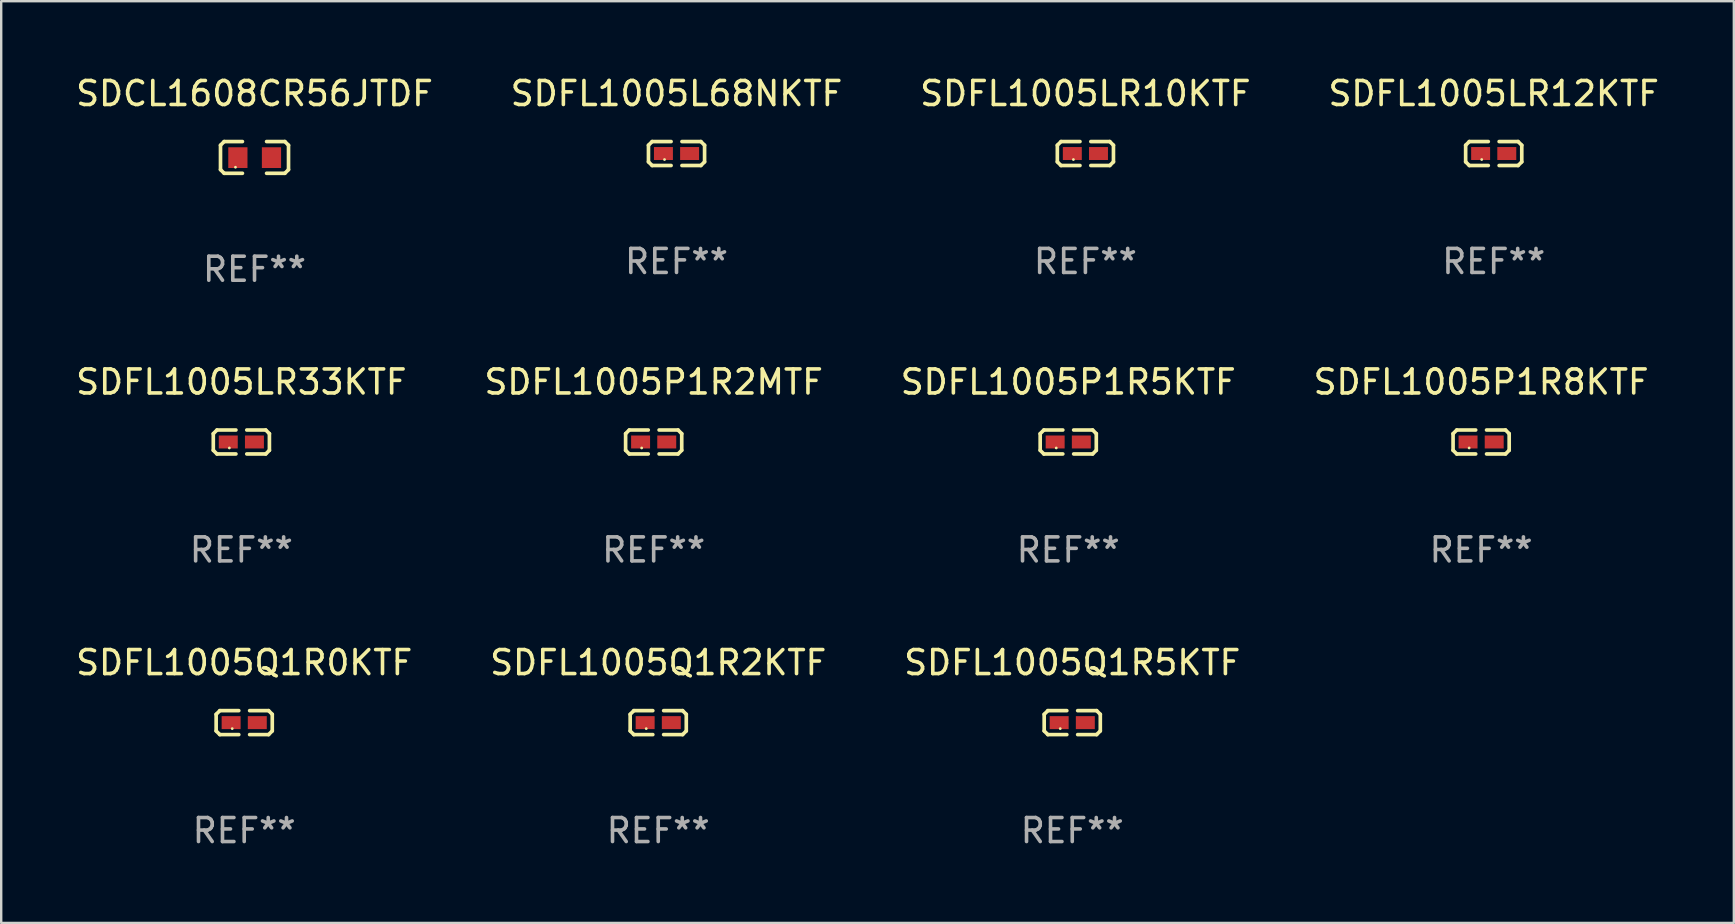
<source format=kicad_pcb>
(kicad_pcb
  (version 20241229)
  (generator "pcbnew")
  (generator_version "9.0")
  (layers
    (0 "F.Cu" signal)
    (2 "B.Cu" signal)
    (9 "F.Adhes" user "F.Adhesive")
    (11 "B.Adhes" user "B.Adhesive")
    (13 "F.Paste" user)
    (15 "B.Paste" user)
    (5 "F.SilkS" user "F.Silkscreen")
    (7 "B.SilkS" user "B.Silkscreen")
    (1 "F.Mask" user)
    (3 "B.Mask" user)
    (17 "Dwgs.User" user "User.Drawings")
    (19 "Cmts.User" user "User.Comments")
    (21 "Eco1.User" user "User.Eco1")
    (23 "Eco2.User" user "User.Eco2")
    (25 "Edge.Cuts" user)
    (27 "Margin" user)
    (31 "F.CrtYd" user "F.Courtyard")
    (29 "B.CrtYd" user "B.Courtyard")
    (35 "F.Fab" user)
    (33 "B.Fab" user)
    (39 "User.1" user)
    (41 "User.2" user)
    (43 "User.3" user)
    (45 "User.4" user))
  (footprint "SDCL1608CR56JTDF"
    (layer "F.Cu")
    (at 7.554 3.509)
    (property "Reference" "SDCL1608CR56JTDF" (at 0 -2.661 0) (layer "F.SilkS") (effects (font (size 1 1) (thickness 0.15))))
    (attr through_hole)
    (fp_line (start -1.417 -0.508) (end -1.265 -0.661) (stroke (width 0.152) (type solid)) (layer "F.SilkS"))
    (fp_line (start -1.417 0.508) (end -1.417 -0.508) (stroke (width 0.152) (type solid)) (layer "F.SilkS"))
    (fp_line (start -1.265 -0.661) (end -0.503 -0.661) (stroke (width 0.152) (type solid)) (layer "F.SilkS"))
    (fp_line (start -1.265 0.661) (end -1.417 0.508) (stroke (width 0.152) (type solid)) (layer "F.SilkS"))
    (fp_line (start -1.265 0.661) (end -0.503 0.661) (stroke (width 0.152) (type solid)) (layer "F.SilkS"))
    (fp_line (start 1.265 -0.661) (end 0.503 -0.661) (stroke (width 0.152) (type solid)) (layer "F.SilkS"))
    (fp_line (start 1.265 -0.661) (end 1.417 -0.508) (stroke (width 0.152) (type solid)) (layer "F.SilkS"))
    (fp_line (start 1.265 0.661) (end 0.503 0.661) (stroke (width 0.152) (type solid)) (layer "F.SilkS"))
    (fp_line (start 1.417 -0.508) (end 1.417 0.508) (stroke (width 0.152) (type solid)) (layer "F.SilkS"))
    (fp_line (start 1.417 0.508) (end 1.265 0.661) (stroke (width 0.152) (type solid)) (layer "F.SilkS"))
    (fp_circle (center -0.793 0.409) (end -0.763 0.409) (stroke (width 0.06) (type solid)) (fill no) (layer "F.SilkS"))
    (fp_text user "REF**" (at 0 4.661 0) (layer "F.Fab") (effects (font (size 1 1) (thickness 0.15))))
    (pad "1" smd rect (at -0.693 0.009 180) (size 0.8 0.864) (layers "F.Cu" "F.Mask" "F.Paste"))
    (pad "2" smd rect (at 0.707 0.009 180) (size 0.8 0.864) (layers "F.Cu" "F.Mask" "F.Paste")))
  (footprint "SDFL1005Q1R0KTF"
    (layer "F.Cu")
    (at 7.125 27.058)
    (property "Reference" "SDFL1005Q1R0KTF" (at 0 -2.499 0) (layer "F.SilkS") (effects (font (size 1 1) (thickness 0.15))))
    (attr through_hole)
    (fp_line (start -1.169 -0.346) (end -1.016 -0.499) (stroke (width 0.152) (type solid)) (layer "F.SilkS"))
    (fp_line (start -1.169 0.346) (end -1.169 -0.346) (stroke (width 0.152) (type solid)) (layer "F.SilkS"))
    (fp_line (start -1.016 -0.499) (end -0.226 -0.499) (stroke (width 0.152) (type solid)) (layer "F.SilkS"))
    (fp_line (start -1.016 0.499) (end -1.169 0.346) (stroke (width 0.152) (type solid)) (layer "F.SilkS"))
    (fp_line (start -0.226 0.499) (end -1.016 0.499) (stroke (width 0.152) (type solid)) (layer "F.SilkS"))
    (fp_line (start 0.226 0.499) (end 1.016 0.499) (stroke (width 0.152) (type solid)) (layer "F.SilkS"))
    (fp_line (start 1.016 -0.499) (end 0.226 -0.499) (stroke (width 0.152) (type solid)) (layer "F.SilkS"))
    (fp_line (start 1.016 0.499) (end 1.169 0.346) (stroke (width 0.152) (type solid)) (layer "F.SilkS"))
    (fp_line (start 1.169 -0.346) (end 1.016 -0.499) (stroke (width 0.152) (type solid)) (layer "F.SilkS"))
    (fp_line (start 1.169 0.346) (end 1.169 -0.346) (stroke (width 0.152) (type solid)) (layer "F.SilkS"))
    (fp_circle (center -0.5 0.25) (end -0.47 0.25) (stroke (width 0.06) (type solid)) (fill no) (layer "F.SilkS"))
    (fp_text user "REF**" (at 0 4.499 0) (layer "F.Fab") (effects (font (size 1 1) (thickness 0.15))))
    (pad "1" smd rect (at -0.545 0) (size 0.79 0.54) (layers "F.Cu" "F.Mask" "F.Paste"))
    (pad "2" smd rect (at 0.545 0) (size 0.79 0.54) (layers "F.Cu" "F.Mask" "F.Paste")))
  (footprint "SDFL1005Q1R2KTF"
    (layer "F.Cu")
    (at 24.375 27.058)
    (property "Reference" "SDFL1005Q1R2KTF" (at 0 -2.499 0) (layer "F.SilkS") (effects (font (size 1 1) (thickness 0.15))))
    (attr through_hole)
    (fp_line (start -1.169 -0.346) (end -1.016 -0.499) (stroke (width 0.152) (type solid)) (layer "F.SilkS"))
    (fp_line (start -1.169 0.346) (end -1.169 -0.346) (stroke (width 0.152) (type solid)) (layer "F.SilkS"))
    (fp_line (start -1.016 -0.499) (end -0.226 -0.499) (stroke (width 0.152) (type solid)) (layer "F.SilkS"))
    (fp_line (start -1.016 0.499) (end -1.169 0.346) (stroke (width 0.152) (type solid)) (layer "F.SilkS"))
    (fp_line (start -0.226 0.499) (end -1.016 0.499) (stroke (width 0.152) (type solid)) (layer "F.SilkS"))
    (fp_line (start 0.226 0.499) (end 1.016 0.499) (stroke (width 0.152) (type solid)) (layer "F.SilkS"))
    (fp_line (start 1.016 -0.499) (end 0.226 -0.499) (stroke (width 0.152) (type solid)) (layer "F.SilkS"))
    (fp_line (start 1.016 0.499) (end 1.169 0.346) (stroke (width 0.152) (type solid)) (layer "F.SilkS"))
    (fp_line (start 1.169 -0.346) (end 1.016 -0.499) (stroke (width 0.152) (type solid)) (layer "F.SilkS"))
    (fp_line (start 1.169 0.346) (end 1.169 -0.346) (stroke (width 0.152) (type solid)) (layer "F.SilkS"))
    (fp_circle (center -0.5 0.25) (end -0.47 0.25) (stroke (width 0.06) (type solid)) (fill no) (layer "F.SilkS"))
    (fp_text user "REF**" (at 0 4.499 0) (layer "F.Fab") (effects (font (size 1 1) (thickness 0.15))))
    (pad "1" smd rect (at -0.545 0) (size 0.79 0.54) (layers "F.Cu" "F.Mask" "F.Paste"))
    (pad "2" smd rect (at 0.545 0) (size 0.79 0.54) (layers "F.Cu" "F.Mask" "F.Paste")))
  (footprint "SDFL1005P1R2MTF"
    (layer "F.Cu")
    (at 24.185 15.365)
    (property "Reference" "SDFL1005P1R2MTF" (at 0 -2.499 0) (layer "F.SilkS") (effects (font (size 1 1) (thickness 0.15))))
    (attr through_hole)
    (fp_line (start -1.169 -0.346) (end -1.016 -0.499) (stroke (width 0.152) (type solid)) (layer "F.SilkS"))
    (fp_line (start -1.169 0.346) (end -1.169 -0.346) (stroke (width 0.152) (type solid)) (layer "F.SilkS"))
    (fp_line (start -1.016 -0.499) (end -0.226 -0.499) (stroke (width 0.152) (type solid)) (layer "F.SilkS"))
    (fp_line (start -1.016 0.499) (end -1.169 0.346) (stroke (width 0.152) (type solid)) (layer "F.SilkS"))
    (fp_line (start -0.226 0.499) (end -1.016 0.499) (stroke (width 0.152) (type solid)) (layer "F.SilkS"))
    (fp_line (start 0.226 0.499) (end 1.016 0.499) (stroke (width 0.152) (type solid)) (layer "F.SilkS"))
    (fp_line (start 1.016 -0.499) (end 0.226 -0.499) (stroke (width 0.152) (type solid)) (layer "F.SilkS"))
    (fp_line (start 1.016 0.499) (end 1.169 0.346) (stroke (width 0.152) (type solid)) (layer "F.SilkS"))
    (fp_line (start 1.169 -0.346) (end 1.016 -0.499) (stroke (width 0.152) (type solid)) (layer "F.SilkS"))
    (fp_line (start 1.169 0.346) (end 1.169 -0.346) (stroke (width 0.152) (type solid)) (layer "F.SilkS"))
    (fp_circle (center -0.5 0.25) (end -0.47 0.25) (stroke (width 0.06) (type solid)) (fill no) (layer "F.SilkS"))
    (fp_text user "REF**" (at 0 4.499 0) (layer "F.Fab") (effects (font (size 1 1) (thickness 0.15))))
    (pad "1" smd rect (at -0.545 0) (size 0.79 0.54) (layers "F.Cu" "F.Mask" "F.Paste"))
    (pad "2" smd rect (at 0.545 0) (size 0.79 0.54) (layers "F.Cu" "F.Mask" "F.Paste")))
  (footprint "SDFL1005LR12KTF"
    (layer "F.Cu")
    (at 59.185 3.347)
    (property "Reference" "SDFL1005LR12KTF" (at 0 -2.499 0) (layer "F.SilkS") (effects (font (size 1 1) (thickness 0.15))))
    (attr through_hole)
    (fp_line (start -1.169 -0.346) (end -1.016 -0.499) (stroke (width 0.152) (type solid)) (layer "F.SilkS"))
    (fp_line (start -1.169 0.346) (end -1.169 -0.346) (stroke (width 0.152) (type solid)) (layer "F.SilkS"))
    (fp_line (start -1.016 -0.499) (end -0.226 -0.499) (stroke (width 0.152) (type solid)) (layer "F.SilkS"))
    (fp_line (start -1.016 0.499) (end -1.169 0.346) (stroke (width 0.152) (type solid)) (layer "F.SilkS"))
    (fp_line (start -0.226 0.499) (end -1.016 0.499) (stroke (width 0.152) (type solid)) (layer "F.SilkS"))
    (fp_line (start 0.226 0.499) (end 1.016 0.499) (stroke (width 0.152) (type solid)) (layer "F.SilkS"))
    (fp_line (start 1.016 -0.499) (end 0.226 -0.499) (stroke (width 0.152) (type solid)) (layer "F.SilkS"))
    (fp_line (start 1.016 0.499) (end 1.169 0.346) (stroke (width 0.152) (type solid)) (layer "F.SilkS"))
    (fp_line (start 1.169 -0.346) (end 1.016 -0.499) (stroke (width 0.152) (type solid)) (layer "F.SilkS"))
    (fp_line (start 1.169 0.346) (end 1.169 -0.346) (stroke (width 0.152) (type solid)) (layer "F.SilkS"))
    (fp_circle (center -0.5 0.25) (end -0.47 0.25) (stroke (width 0.06) (type solid)) (fill no) (layer "F.SilkS"))
    (fp_text user "REF**" (at 0 4.499 0) (layer "F.Fab") (effects (font (size 1 1) (thickness 0.15))))
    (pad "1" smd rect (at -0.545 0) (size 0.79 0.54) (layers "F.Cu" "F.Mask" "F.Paste"))
    (pad "2" smd rect (at 0.545 0) (size 0.79 0.54) (layers "F.Cu" "F.Mask" "F.Paste")))
  (footprint "SDFL1005Q1R5KTF"
    (layer "F.Cu")
    (at 41.625 27.058)
    (property "Reference" "SDFL1005Q1R5KTF" (at 0 -2.499 0) (layer "F.SilkS") (effects (font (size 1 1) (thickness 0.15))))
    (attr through_hole)
    (fp_line (start -1.169 -0.346) (end -1.016 -0.499) (stroke (width 0.152) (type solid)) (layer "F.SilkS"))
    (fp_line (start -1.169 0.346) (end -1.169 -0.346) (stroke (width 0.152) (type solid)) (layer "F.SilkS"))
    (fp_line (start -1.016 -0.499) (end -0.226 -0.499) (stroke (width 0.152) (type solid)) (layer "F.SilkS"))
    (fp_line (start -1.016 0.499) (end -1.169 0.346) (stroke (width 0.152) (type solid)) (layer "F.SilkS"))
    (fp_line (start -0.226 0.499) (end -1.016 0.499) (stroke (width 0.152) (type solid)) (layer "F.SilkS"))
    (fp_line (start 0.226 0.499) (end 1.016 0.499) (stroke (width 0.152) (type solid)) (layer "F.SilkS"))
    (fp_line (start 1.016 -0.499) (end 0.226 -0.499) (stroke (width 0.152) (type solid)) (layer "F.SilkS"))
    (fp_line (start 1.016 0.499) (end 1.169 0.346) (stroke (width 0.152) (type solid)) (layer "F.SilkS"))
    (fp_line (start 1.169 -0.346) (end 1.016 -0.499) (stroke (width 0.152) (type solid)) (layer "F.SilkS"))
    (fp_line (start 1.169 0.346) (end 1.169 -0.346) (stroke (width 0.152) (type solid)) (layer "F.SilkS"))
    (fp_circle (center -0.5 0.25) (end -0.47 0.25) (stroke (width 0.06) (type solid)) (fill no) (layer "F.SilkS"))
    (fp_text user "REF**" (at 0 4.499 0) (layer "F.Fab") (effects (font (size 1 1) (thickness 0.15))))
    (pad "1" smd rect (at -0.545 0) (size 0.79 0.54) (layers "F.Cu" "F.Mask" "F.Paste"))
    (pad "2" smd rect (at 0.545 0) (size 0.79 0.54) (layers "F.Cu" "F.Mask" "F.Paste")))
  (footprint "SDFL1005L68NKTF"
    (layer "F.Cu")
    (at 25.137 3.347)
    (property "Reference" "SDFL1005L68NKTF" (at 0 -2.499 0) (layer "F.SilkS") (effects (font (size 1 1) (thickness 0.15))))
    (attr through_hole)
    (fp_line (start -1.169 -0.346) (end -1.016 -0.499) (stroke (width 0.152) (type solid)) (layer "F.SilkS"))
    (fp_line (start -1.169 0.346) (end -1.169 -0.346) (stroke (width 0.152) (type solid)) (layer "F.SilkS"))
    (fp_line (start -1.016 -0.499) (end -0.226 -0.499) (stroke (width 0.152) (type solid)) (layer "F.SilkS"))
    (fp_line (start -1.016 0.499) (end -1.169 0.346) (stroke (width 0.152) (type solid)) (layer "F.SilkS"))
    (fp_line (start -0.226 0.499) (end -1.016 0.499) (stroke (width 0.152) (type solid)) (layer "F.SilkS"))
    (fp_line (start 0.226 0.499) (end 1.016 0.499) (stroke (width 0.152) (type solid)) (layer "F.SilkS"))
    (fp_line (start 1.016 -0.499) (end 0.226 -0.499) (stroke (width 0.152) (type solid)) (layer "F.SilkS"))
    (fp_line (start 1.016 0.499) (end 1.169 0.346) (stroke (width 0.152) (type solid)) (layer "F.SilkS"))
    (fp_line (start 1.169 -0.346) (end 1.016 -0.499) (stroke (width 0.152) (type solid)) (layer "F.SilkS"))
    (fp_line (start 1.169 0.346) (end 1.169 -0.346) (stroke (width 0.152) (type solid)) (layer "F.SilkS"))
    (fp_circle (center -0.5 0.25) (end -0.47 0.25) (stroke (width 0.06) (type solid)) (fill no) (layer "F.SilkS"))
    (fp_text user "REF**" (at 0 4.499 0) (layer "F.Fab") (effects (font (size 1 1) (thickness 0.15))))
    (pad "1" smd rect (at -0.545 0) (size 0.79 0.54) (layers "F.Cu" "F.Mask" "F.Paste"))
    (pad "2" smd rect (at 0.545 0) (size 0.79 0.54) (layers "F.Cu" "F.Mask" "F.Paste")))
  (footprint "SDFL1005LR33KTF"
    (layer "F.Cu")
    (at 7.006 15.365)
    (property "Reference" "SDFL1005LR33KTF" (at 0 -2.499 0) (layer "F.SilkS") (effects (font (size 1 1) (thickness 0.15))))
    (attr through_hole)
    (fp_line (start -1.169 -0.346) (end -1.016 -0.499) (stroke (width 0.152) (type solid)) (layer "F.SilkS"))
    (fp_line (start -1.169 0.346) (end -1.169 -0.346) (stroke (width 0.152) (type solid)) (layer "F.SilkS"))
    (fp_line (start -1.016 -0.499) (end -0.226 -0.499) (stroke (width 0.152) (type solid)) (layer "F.SilkS"))
    (fp_line (start -1.016 0.499) (end -1.169 0.346) (stroke (width 0.152) (type solid)) (layer "F.SilkS"))
    (fp_line (start -0.226 0.499) (end -1.016 0.499) (stroke (width 0.152) (type solid)) (layer "F.SilkS"))
    (fp_line (start 0.226 0.499) (end 1.016 0.499) (stroke (width 0.152) (type solid)) (layer "F.SilkS"))
    (fp_line (start 1.016 -0.499) (end 0.226 -0.499) (stroke (width 0.152) (type solid)) (layer "F.SilkS"))
    (fp_line (start 1.016 0.499) (end 1.169 0.346) (stroke (width 0.152) (type solid)) (layer "F.SilkS"))
    (fp_line (start 1.169 -0.346) (end 1.016 -0.499) (stroke (width 0.152) (type solid)) (layer "F.SilkS"))
    (fp_line (start 1.169 0.346) (end 1.169 -0.346) (stroke (width 0.152) (type solid)) (layer "F.SilkS"))
    (fp_circle (center -0.5 0.25) (end -0.47 0.25) (stroke (width 0.06) (type solid)) (fill no) (layer "F.SilkS"))
    (fp_text user "REF**" (at 0 4.499 0) (layer "F.Fab") (effects (font (size 1 1) (thickness 0.15))))
    (pad "1" smd rect (at -0.545 0) (size 0.79 0.54) (layers "F.Cu" "F.Mask" "F.Paste"))
    (pad "2" smd rect (at 0.545 0) (size 0.79 0.54) (layers "F.Cu" "F.Mask" "F.Paste")))
  (footprint "SDFL1005P1R8KTF"
    (layer "F.Cu")
    (at 58.661 15.365)
    (property "Reference" "SDFL1005P1R8KTF" (at 0 -2.499 0) (layer "F.SilkS") (effects (font (size 1 1) (thickness 0.15))))
    (attr through_hole)
    (fp_line (start -1.169 -0.346) (end -1.016 -0.499) (stroke (width 0.152) (type solid)) (layer "F.SilkS"))
    (fp_line (start -1.169 0.346) (end -1.169 -0.346) (stroke (width 0.152) (type solid)) (layer "F.SilkS"))
    (fp_line (start -1.016 -0.499) (end -0.226 -0.499) (stroke (width 0.152) (type solid)) (layer "F.SilkS"))
    (fp_line (start -1.016 0.499) (end -1.169 0.346) (stroke (width 0.152) (type solid)) (layer "F.SilkS"))
    (fp_line (start -0.226 0.499) (end -1.016 0.499) (stroke (width 0.152) (type solid)) (layer "F.SilkS"))
    (fp_line (start 0.226 0.499) (end 1.016 0.499) (stroke (width 0.152) (type solid)) (layer "F.SilkS"))
    (fp_line (start 1.016 -0.499) (end 0.226 -0.499) (stroke (width 0.152) (type solid)) (layer "F.SilkS"))
    (fp_line (start 1.016 0.499) (end 1.169 0.346) (stroke (width 0.152) (type solid)) (layer "F.SilkS"))
    (fp_line (start 1.169 -0.346) (end 1.016 -0.499) (stroke (width 0.152) (type solid)) (layer "F.SilkS"))
    (fp_line (start 1.169 0.346) (end 1.169 -0.346) (stroke (width 0.152) (type solid)) (layer "F.SilkS"))
    (fp_circle (center -0.5 0.25) (end -0.47 0.25) (stroke (width 0.06) (type solid)) (fill no) (layer "F.SilkS"))
    (fp_text user "REF**" (at 0 4.499 0) (layer "F.Fab") (effects (font (size 1 1) (thickness 0.15))))
    (pad "1" smd rect (at -0.545 0) (size 0.79 0.54) (layers "F.Cu" "F.Mask" "F.Paste"))
    (pad "2" smd rect (at 0.545 0) (size 0.79 0.54) (layers "F.Cu" "F.Mask" "F.Paste")))
  (footprint "SDFL1005P1R5KTF"
    (layer "F.Cu")
    (at 41.458 15.365)
    (property "Reference" "SDFL1005P1R5KTF" (at 0 -2.499 0) (layer "F.SilkS") (effects (font (size 1 1) (thickness 0.15))))
    (attr through_hole)
    (fp_line (start -1.169 -0.346) (end -1.016 -0.499) (stroke (width 0.152) (type solid)) (layer "F.SilkS"))
    (fp_line (start -1.169 0.346) (end -1.169 -0.346) (stroke (width 0.152) (type solid)) (layer "F.SilkS"))
    (fp_line (start -1.016 -0.499) (end -0.226 -0.499) (stroke (width 0.152) (type solid)) (layer "F.SilkS"))
    (fp_line (start -1.016 0.499) (end -1.169 0.346) (stroke (width 0.152) (type solid)) (layer "F.SilkS"))
    (fp_line (start -0.226 0.499) (end -1.016 0.499) (stroke (width 0.152) (type solid)) (layer "F.SilkS"))
    (fp_line (start 0.226 0.499) (end 1.016 0.499) (stroke (width 0.152) (type solid)) (layer "F.SilkS"))
    (fp_line (start 1.016 -0.499) (end 0.226 -0.499) (stroke (width 0.152) (type solid)) (layer "F.SilkS"))
    (fp_line (start 1.016 0.499) (end 1.169 0.346) (stroke (width 0.152) (type solid)) (layer "F.SilkS"))
    (fp_line (start 1.169 -0.346) (end 1.016 -0.499) (stroke (width 0.152) (type solid)) (layer "F.SilkS"))
    (fp_line (start 1.169 0.346) (end 1.169 -0.346) (stroke (width 0.152) (type solid)) (layer "F.SilkS"))
    (fp_circle (center -0.5 0.25) (end -0.47 0.25) (stroke (width 0.06) (type solid)) (fill no) (layer "F.SilkS"))
    (fp_text user "REF**" (at 0 4.499 0) (layer "F.Fab") (effects (font (size 1 1) (thickness 0.15))))
    (pad "1" smd rect (at -0.545 0) (size 0.79 0.54) (layers "F.Cu" "F.Mask" "F.Paste"))
    (pad "2" smd rect (at 0.545 0) (size 0.79 0.54) (layers "F.Cu" "F.Mask" "F.Paste")))
  (footprint "SDFL1005LR10KTF"
    (layer "F.Cu")
    (at 42.173 3.347)
    (property "Reference" "SDFL1005LR10KTF" (at 0 -2.499 0) (layer "F.SilkS") (effects (font (size 1 1) (thickness 0.15))))
    (attr through_hole)
    (fp_line (start -1.169 -0.346) (end -1.016 -0.499) (stroke (width 0.152) (type solid)) (layer "F.SilkS"))
    (fp_line (start -1.169 0.346) (end -1.169 -0.346) (stroke (width 0.152) (type solid)) (layer "F.SilkS"))
    (fp_line (start -1.016 -0.499) (end -0.226 -0.499) (stroke (width 0.152) (type solid)) (layer "F.SilkS"))
    (fp_line (start -1.016 0.499) (end -1.169 0.346) (stroke (width 0.152) (type solid)) (layer "F.SilkS"))
    (fp_line (start -0.226 0.499) (end -1.016 0.499) (stroke (width 0.152) (type solid)) (layer "F.SilkS"))
    (fp_line (start 0.226 0.499) (end 1.016 0.499) (stroke (width 0.152) (type solid)) (layer "F.SilkS"))
    (fp_line (start 1.016 -0.499) (end 0.226 -0.499) (stroke (width 0.152) (type solid)) (layer "F.SilkS"))
    (fp_line (start 1.016 0.499) (end 1.169 0.346) (stroke (width 0.152) (type solid)) (layer "F.SilkS"))
    (fp_line (start 1.169 -0.346) (end 1.016 -0.499) (stroke (width 0.152) (type solid)) (layer "F.SilkS"))
    (fp_line (start 1.169 0.346) (end 1.169 -0.346) (stroke (width 0.152) (type solid)) (layer "F.SilkS"))
    (fp_circle (center -0.5 0.25) (end -0.47 0.25) (stroke (width 0.06) (type solid)) (fill no) (layer "F.SilkS"))
    (fp_text user "REF**" (at 0 4.499 0) (layer "F.Fab") (effects (font (size 1 1) (thickness 0.15))))
    (pad "1" smd rect (at -0.545 0) (size 0.79 0.54) (layers "F.Cu" "F.Mask" "F.Paste"))
    (pad "2" smd rect (at 0.545 0) (size 0.79 0.54) (layers "F.Cu" "F.Mask" "F.Paste")))
  (gr_rect
    (start -3 -3)
    (end 69.19 35.405)
    (stroke (width 0.1) (type default))
    (fill no)
    (layer "Edge.Cuts")))
</source>
